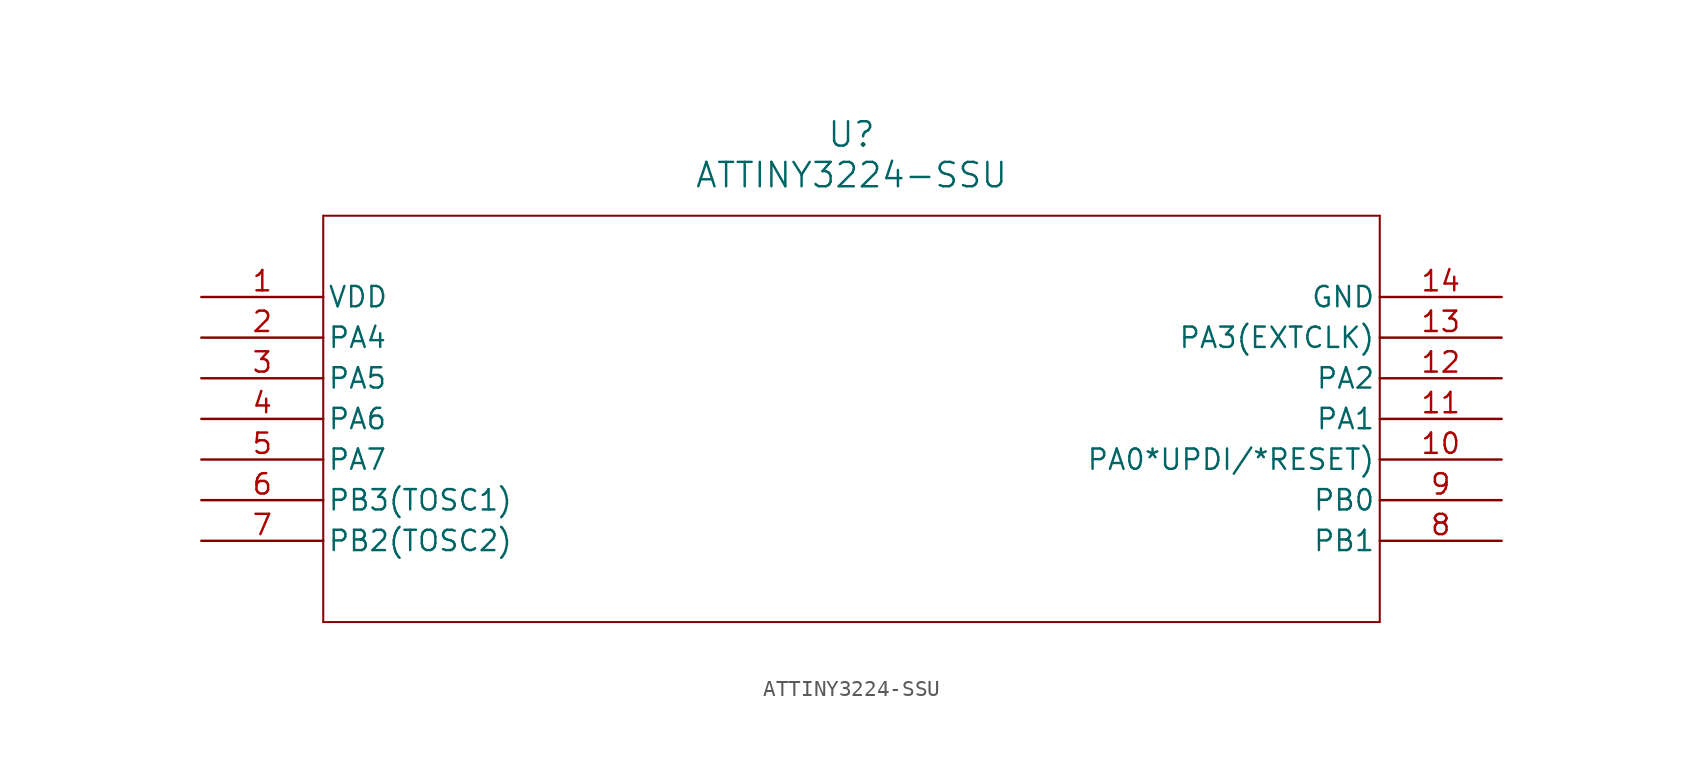
<source format=kicad_sym>
(kicad_symbol_lib
  (version 20211014)
  (generator kicad_symbol_editor)
  (symbol "ATTINY3224-SSU"
    (pin_names
      (offset 0.254))
    (property "Reference" "U"
      (at 40.64 10.16 0)
      (effects (font (size 1.524 1.524))))
    (property "Value" "ATTINY3224-SSU"
      (at 40.64 7.62 0)
      (effects (font (size 1.524 1.524))))
    (symbol "ATTINY3224-SSU_0_1"
      (polyline (pts (xy 7.62 5.08) (xy 7.62 -20.32)) (stroke (width 0.127) (type default) (color 0 0 0 0)) (fill (type none)))
      (polyline (pts (xy 7.62 -20.32) (xy 73.66 -20.32)) (stroke (width 0.127) (type default) (color 0 0 0 0)) (fill (type none)))
      (polyline (pts (xy 73.66 -20.32) (xy 73.66 5.08)) (stroke (width 0.127) (type default) (color 0 0 0 0)) (fill (type none)))
      (polyline (pts (xy 73.66 5.08) (xy 7.62 5.08)) (stroke (width 0.127) (type default) (color 0 0 0 0)) (fill (type none)))
      (pin power_in line (at 0 0 0) (length 7.62) (name "VDD" (effects (font (size 1.27 1.27)))) (number "1" (effects (font (size 1.27 1.27)))))
      (pin bidirectional line (at 0 -2.54 0) (length 7.62) (name "PA4" (effects (font (size 1.27 1.27)))) (number "2" (effects (font (size 1.27 1.27)))))
      (pin bidirectional line (at 0 -5.08 0) (length 7.62) (name "PA5" (effects (font (size 1.27 1.27)))) (number "3" (effects (font (size 1.27 1.27)))))
      (pin bidirectional line (at 0 -7.62 0) (length 7.62) (name "PA6" (effects (font (size 1.27 1.27)))) (number "4" (effects (font (size 1.27 1.27)))))
      (pin bidirectional line (at 0 -10.16 0) (length 7.62) (name "PA7" (effects (font (size 1.27 1.27)))) (number "5" (effects (font (size 1.27 1.27)))))
      (pin bidirectional line (at 0 -12.7 0) (length 7.62) (name "PB3(TOSC1)" (effects (font (size 1.27 1.27)))) (number "6" (effects (font (size 1.27 1.27)))))
      (pin bidirectional line (at 0 -15.24 0) (length 7.62) (name "PB2(TOSC2)" (effects (font (size 1.27 1.27)))) (number "7" (effects (font (size 1.27 1.27)))))
      (pin bidirectional line (at 81.28 -15.24 180) (length 7.62) (name "PB1" (effects (font (size 1.27 1.27)))) (number "8" (effects (font (size 1.27 1.27)))))
      (pin bidirectional line (at 81.28 -12.7 180) (length 7.62) (name "PB0" (effects (font (size 1.27 1.27)))) (number "9" (effects (font (size 1.27 1.27)))))
      (pin bidirectional line (at 81.28 -10.16 180) (length 7.62) (name "PA0*UPDI/*RESET)" (effects (font (size 1.27 1.27)))) (number "10" (effects (font (size 1.27 1.27)))))
      (pin bidirectional line (at 81.28 -7.62 180) (length 7.62) (name "PA1" (effects (font (size 1.27 1.27)))) (number "11" (effects (font (size 1.27 1.27)))))
      (pin bidirectional line (at 81.28 -5.08 180) (length 7.62) (name "PA2" (effects (font (size 1.27 1.27)))) (number "12" (effects (font (size 1.27 1.27)))))
      (pin bidirectional line (at 81.28 -2.54 180) (length 7.62) (name "PA3(EXTCLK)" (effects (font (size 1.27 1.27)))) (number "13" (effects (font (size 1.27 1.27)))))
      (pin power_out line (at 81.28 0 180) (length 7.62) (name "GND" (effects (font (size 1.27 1.27)))) (number "14" (effects (font (size 1.27 1.27))))))))
</source>
